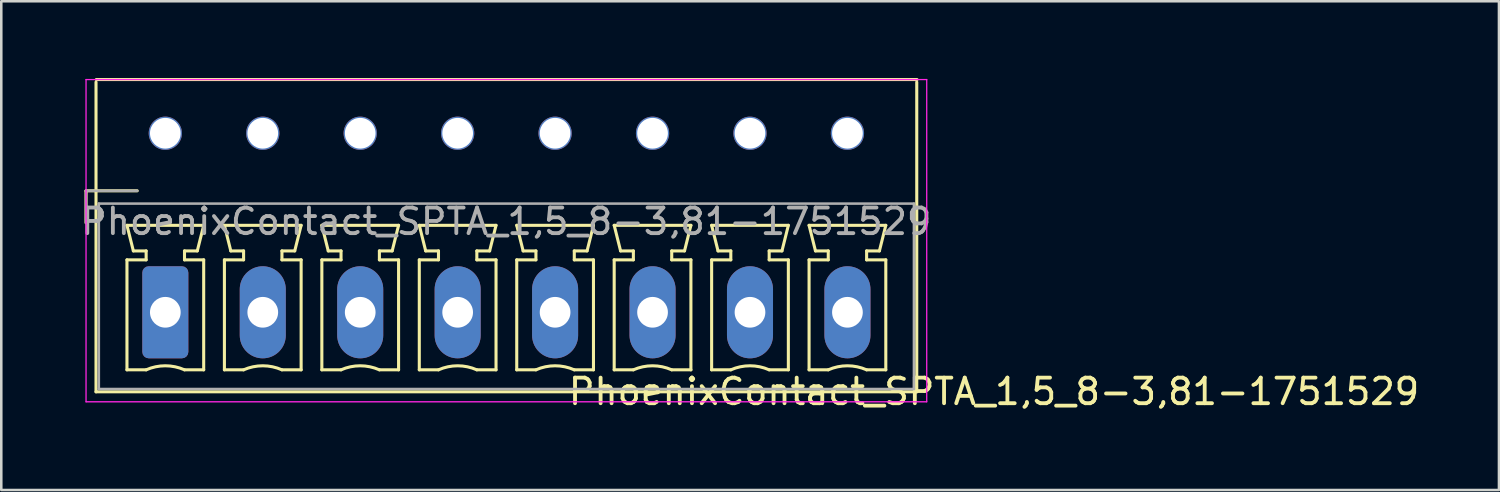
<source format=kicad_pcb>
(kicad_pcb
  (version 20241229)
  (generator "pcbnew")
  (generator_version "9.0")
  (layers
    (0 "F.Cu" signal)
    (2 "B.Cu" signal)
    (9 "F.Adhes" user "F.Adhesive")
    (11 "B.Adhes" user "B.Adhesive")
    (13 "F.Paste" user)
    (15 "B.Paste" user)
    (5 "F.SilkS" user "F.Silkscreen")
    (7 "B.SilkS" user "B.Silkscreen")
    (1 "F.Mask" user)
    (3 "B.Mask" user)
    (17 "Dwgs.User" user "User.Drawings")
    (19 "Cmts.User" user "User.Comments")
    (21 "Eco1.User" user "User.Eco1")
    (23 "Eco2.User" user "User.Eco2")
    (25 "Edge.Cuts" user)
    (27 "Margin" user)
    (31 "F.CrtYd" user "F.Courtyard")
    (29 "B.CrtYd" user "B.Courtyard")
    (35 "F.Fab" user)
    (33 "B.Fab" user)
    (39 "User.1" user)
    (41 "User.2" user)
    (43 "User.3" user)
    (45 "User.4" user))
  (footprint "PhoenixContact_SPTA_1,5_8-3,81-1751529"
    (layer "F.Cu")
    (at 3.414 9.16)
    (property "Reference" "PhoenixContact_SPTA_1,5_8-3,81-1751529" (at 32.4 3.1 0) (layer "F.SilkS") (effects (font (size 1 1) (thickness 0.15))))
    (attr through_hole)
    (fp_line (start -3.1 -4.75) (end -1.1 -4.75) (stroke (width 0.12) (type solid)) (layer "F.SilkS"))
    (fp_line (start -3.1 -3.5) (end -3.1 -4.75) (stroke (width 0.12) (type solid)) (layer "F.SilkS"))
    (fp_line (start -2.71 -9) (end -2.71 3.11) (stroke (width 0.12) (type solid)) (layer "F.SilkS"))
    (fp_line (start -2.71 3.11) (end 29.38 3.11) (stroke (width 0.12) (type solid)) (layer "F.SilkS"))
    (fp_line (start -1.5 -3.4) (end 1.5 -3.4) (stroke (width 0.12) (type solid)) (layer "F.SilkS"))
    (fp_line (start -1.5 -2.05) (end -0.75 -2.05) (stroke (width 0.12) (type solid)) (layer "F.SilkS"))
    (fp_line (start -1.5 2.25) (end -1.5 -2.05) (stroke (width 0.12) (type solid)) (layer "F.SilkS"))
    (fp_line (start -1.25 -2.4) (end -1.5 -3.4) (stroke (width 0.12) (type solid)) (layer "F.SilkS"))
    (fp_line (start -0.75 -2.4) (end -1.25 -2.4) (stroke (width 0.12) (type solid)) (layer "F.SilkS"))
    (fp_line (start -0.75 -2.05) (end -0.75 -2.4) (stroke (width 0.12) (type solid)) (layer "F.SilkS"))
    (fp_line (start -0.75 2.25) (end -1.5 2.25) (stroke (width 0.12) (type solid)) (layer "F.SilkS"))
    (fp_line (start 0.75 -2.4) (end 0.75 -2.05) (stroke (width 0.12) (type solid)) (layer "F.SilkS"))
    (fp_line (start 0.75 -2.05) (end 1.5 -2.05) (stroke (width 0.12) (type solid)) (layer "F.SilkS"))
    (fp_line (start 1.25 -2.4) (end 0.75 -2.4) (stroke (width 0.12) (type solid)) (layer "F.SilkS"))
    (fp_line (start 1.5 -3.4) (end 1.25 -2.4) (stroke (width 0.12) (type solid)) (layer "F.SilkS"))
    (fp_line (start 1.5 -2.05) (end 1.5 2.25) (stroke (width 0.12) (type solid)) (layer "F.SilkS"))
    (fp_line (start 1.5 2.25) (end 0.75 2.25) (stroke (width 0.12) (type solid)) (layer "F.SilkS"))
    (fp_line (start 2.31 -3.4) (end 5.31 -3.4) (stroke (width 0.12) (type solid)) (layer "F.SilkS"))
    (fp_line (start 2.31 -2.05) (end 3.06 -2.05) (stroke (width 0.12) (type solid)) (layer "F.SilkS"))
    (fp_line (start 2.31 2.25) (end 2.31 -2.05) (stroke (width 0.12) (type solid)) (layer "F.SilkS"))
    (fp_line (start 2.56 -2.4) (end 2.31 -3.4) (stroke (width 0.12) (type solid)) (layer "F.SilkS"))
    (fp_line (start 3.06 -2.4) (end 2.56 -2.4) (stroke (width 0.12) (type solid)) (layer "F.SilkS"))
    (fp_line (start 3.06 -2.05) (end 3.06 -2.4) (stroke (width 0.12) (type solid)) (layer "F.SilkS"))
    (fp_line (start 3.06 2.25) (end 2.31 2.25) (stroke (width 0.12) (type solid)) (layer "F.SilkS"))
    (fp_line (start 4.56 -2.4) (end 4.56 -2.05) (stroke (width 0.12) (type solid)) (layer "F.SilkS"))
    (fp_line (start 4.56 -2.05) (end 5.31 -2.05) (stroke (width 0.12) (type solid)) (layer "F.SilkS"))
    (fp_line (start 5.06 -2.4) (end 4.56 -2.4) (stroke (width 0.12) (type solid)) (layer "F.SilkS"))
    (fp_line (start 5.31 -3.4) (end 5.06 -2.4) (stroke (width 0.12) (type solid)) (layer "F.SilkS"))
    (fp_line (start 5.31 -2.05) (end 5.31 2.25) (stroke (width 0.12) (type solid)) (layer "F.SilkS"))
    (fp_line (start 5.31 2.25) (end 4.56 2.25) (stroke (width 0.12) (type solid)) (layer "F.SilkS"))
    (fp_line (start 6.12 -3.4) (end 9.12 -3.4) (stroke (width 0.12) (type solid)) (layer "F.SilkS"))
    (fp_line (start 6.12 -2.05) (end 6.87 -2.05) (stroke (width 0.12) (type solid)) (layer "F.SilkS"))
    (fp_line (start 6.12 2.25) (end 6.12 -2.05) (stroke (width 0.12) (type solid)) (layer "F.SilkS"))
    (fp_line (start 6.37 -2.4) (end 6.12 -3.4) (stroke (width 0.12) (type solid)) (layer "F.SilkS"))
    (fp_line (start 6.87 -2.4) (end 6.37 -2.4) (stroke (width 0.12) (type solid)) (layer "F.SilkS"))
    (fp_line (start 6.87 -2.05) (end 6.87 -2.4) (stroke (width 0.12) (type solid)) (layer "F.SilkS"))
    (fp_line (start 6.87 2.25) (end 6.12 2.25) (stroke (width 0.12) (type solid)) (layer "F.SilkS"))
    (fp_line (start 8.37 -2.4) (end 8.37 -2.05) (stroke (width 0.12) (type solid)) (layer "F.SilkS"))
    (fp_line (start 8.37 -2.05) (end 9.12 -2.05) (stroke (width 0.12) (type solid)) (layer "F.SilkS"))
    (fp_line (start 8.87 -2.4) (end 8.37 -2.4) (stroke (width 0.12) (type solid)) (layer "F.SilkS"))
    (fp_line (start 9.12 -3.4) (end 8.87 -2.4) (stroke (width 0.12) (type solid)) (layer "F.SilkS"))
    (fp_line (start 9.12 -2.05) (end 9.12 2.25) (stroke (width 0.12) (type solid)) (layer "F.SilkS"))
    (fp_line (start 9.12 2.25) (end 8.37 2.25) (stroke (width 0.12) (type solid)) (layer "F.SilkS"))
    (fp_line (start 9.93 -3.4) (end 12.93 -3.4) (stroke (width 0.12) (type solid)) (layer "F.SilkS"))
    (fp_line (start 9.93 -2.05) (end 10.68 -2.05) (stroke (width 0.12) (type solid)) (layer "F.SilkS"))
    (fp_line (start 9.93 2.25) (end 9.93 -2.05) (stroke (width 0.12) (type solid)) (layer "F.SilkS"))
    (fp_line (start 10.18 -2.4) (end 9.93 -3.4) (stroke (width 0.12) (type solid)) (layer "F.SilkS"))
    (fp_line (start 10.68 -2.4) (end 10.18 -2.4) (stroke (width 0.12) (type solid)) (layer "F.SilkS"))
    (fp_line (start 10.68 -2.05) (end 10.68 -2.4) (stroke (width 0.12) (type solid)) (layer "F.SilkS"))
    (fp_line (start 10.68 2.25) (end 9.93 2.25) (stroke (width 0.12) (type solid)) (layer "F.SilkS"))
    (fp_line (start 12.18 -2.4) (end 12.18 -2.05) (stroke (width 0.12) (type solid)) (layer "F.SilkS"))
    (fp_line (start 12.18 -2.05) (end 12.93 -2.05) (stroke (width 0.12) (type solid)) (layer "F.SilkS"))
    (fp_line (start 12.68 -2.4) (end 12.18 -2.4) (stroke (width 0.12) (type solid)) (layer "F.SilkS"))
    (fp_line (start 12.93 -3.4) (end 12.68 -2.4) (stroke (width 0.12) (type solid)) (layer "F.SilkS"))
    (fp_line (start 12.93 -2.05) (end 12.93 2.25) (stroke (width 0.12) (type solid)) (layer "F.SilkS"))
    (fp_line (start 12.93 2.25) (end 12.18 2.25) (stroke (width 0.12) (type solid)) (layer "F.SilkS"))
    (fp_line (start 13.74 -3.4) (end 16.74 -3.4) (stroke (width 0.12) (type solid)) (layer "F.SilkS"))
    (fp_line (start 13.74 -2.05) (end 14.49 -2.05) (stroke (width 0.12) (type solid)) (layer "F.SilkS"))
    (fp_line (start 13.74 2.25) (end 13.74 -2.05) (stroke (width 0.12) (type solid)) (layer "F.SilkS"))
    (fp_line (start 13.99 -2.4) (end 13.74 -3.4) (stroke (width 0.12) (type solid)) (layer "F.SilkS"))
    (fp_line (start 14.49 -2.4) (end 13.99 -2.4) (stroke (width 0.12) (type solid)) (layer "F.SilkS"))
    (fp_line (start 14.49 -2.05) (end 14.49 -2.4) (stroke (width 0.12) (type solid)) (layer "F.SilkS"))
    (fp_line (start 14.49 2.25) (end 13.74 2.25) (stroke (width 0.12) (type solid)) (layer "F.SilkS"))
    (fp_line (start 15.99 -2.4) (end 15.99 -2.05) (stroke (width 0.12) (type solid)) (layer "F.SilkS"))
    (fp_line (start 15.99 -2.05) (end 16.74 -2.05) (stroke (width 0.12) (type solid)) (layer "F.SilkS"))
    (fp_line (start 16.49 -2.4) (end 15.99 -2.4) (stroke (width 0.12) (type solid)) (layer "F.SilkS"))
    (fp_line (start 16.74 -3.4) (end 16.49 -2.4) (stroke (width 0.12) (type solid)) (layer "F.SilkS"))
    (fp_line (start 16.74 -2.05) (end 16.74 2.25) (stroke (width 0.12) (type solid)) (layer "F.SilkS"))
    (fp_line (start 16.74 2.25) (end 15.99 2.25) (stroke (width 0.12) (type solid)) (layer "F.SilkS"))
    (fp_line (start 17.55 -3.4) (end 20.55 -3.4) (stroke (width 0.12) (type solid)) (layer "F.SilkS"))
    (fp_line (start 17.55 -2.05) (end 18.3 -2.05) (stroke (width 0.12) (type solid)) (layer "F.SilkS"))
    (fp_line (start 17.55 2.25) (end 17.55 -2.05) (stroke (width 0.12) (type solid)) (layer "F.SilkS"))
    (fp_line (start 17.8 -2.4) (end 17.55 -3.4) (stroke (width 0.12) (type solid)) (layer "F.SilkS"))
    (fp_line (start 18.3 -2.4) (end 17.8 -2.4) (stroke (width 0.12) (type solid)) (layer "F.SilkS"))
    (fp_line (start 18.3 -2.05) (end 18.3 -2.4) (stroke (width 0.12) (type solid)) (layer "F.SilkS"))
    (fp_line (start 18.3 2.25) (end 17.55 2.25) (stroke (width 0.12) (type solid)) (layer "F.SilkS"))
    (fp_line (start 19.8 -2.4) (end 19.8 -2.05) (stroke (width 0.12) (type solid)) (layer "F.SilkS"))
    (fp_line (start 19.8 -2.05) (end 20.55 -2.05) (stroke (width 0.12) (type solid)) (layer "F.SilkS"))
    (fp_line (start 20.3 -2.4) (end 19.8 -2.4) (stroke (width 0.12) (type solid)) (layer "F.SilkS"))
    (fp_line (start 20.55 -3.4) (end 20.3 -2.4) (stroke (width 0.12) (type solid)) (layer "F.SilkS"))
    (fp_line (start 20.55 -2.05) (end 20.55 2.25) (stroke (width 0.12) (type solid)) (layer "F.SilkS"))
    (fp_line (start 20.55 2.25) (end 19.8 2.25) (stroke (width 0.12) (type solid)) (layer "F.SilkS"))
    (fp_line (start 21.36 -3.4) (end 24.36 -3.4) (stroke (width 0.12) (type solid)) (layer "F.SilkS"))
    (fp_line (start 21.36 -2.05) (end 22.11 -2.05) (stroke (width 0.12) (type solid)) (layer "F.SilkS"))
    (fp_line (start 21.36 2.25) (end 21.36 -2.05) (stroke (width 0.12) (type solid)) (layer "F.SilkS"))
    (fp_line (start 21.61 -2.4) (end 21.36 -3.4) (stroke (width 0.12) (type solid)) (layer "F.SilkS"))
    (fp_line (start 22.11 -2.4) (end 21.61 -2.4) (stroke (width 0.12) (type solid)) (layer "F.SilkS"))
    (fp_line (start 22.11 -2.05) (end 22.11 -2.4) (stroke (width 0.12) (type solid)) (layer "F.SilkS"))
    (fp_line (start 22.11 2.25) (end 21.36 2.25) (stroke (width 0.12) (type solid)) (layer "F.SilkS"))
    (fp_line (start 23.61 -2.4) (end 23.61 -2.05) (stroke (width 0.12) (type solid)) (layer "F.SilkS"))
    (fp_line (start 23.61 -2.05) (end 24.36 -2.05) (stroke (width 0.12) (type solid)) (layer "F.SilkS"))
    (fp_line (start 24.11 -2.4) (end 23.61 -2.4) (stroke (width 0.12) (type solid)) (layer "F.SilkS"))
    (fp_line (start 24.36 -3.4) (end 24.11 -2.4) (stroke (width 0.12) (type solid)) (layer "F.SilkS"))
    (fp_line (start 24.36 -2.05) (end 24.36 2.25) (stroke (width 0.12) (type solid)) (layer "F.SilkS"))
    (fp_line (start 24.36 2.25) (end 23.61 2.25) (stroke (width 0.12) (type solid)) (layer "F.SilkS"))
    (fp_line (start 25.17 -3.4) (end 28.17 -3.4) (stroke (width 0.12) (type solid)) (layer "F.SilkS"))
    (fp_line (start 25.17 -2.05) (end 25.92 -2.05) (stroke (width 0.12) (type solid)) (layer "F.SilkS"))
    (fp_line (start 25.17 2.25) (end 25.17 -2.05) (stroke (width 0.12) (type solid)) (layer "F.SilkS"))
    (fp_line (start 25.42 -2.4) (end 25.17 -3.4) (stroke (width 0.12) (type solid)) (layer "F.SilkS"))
    (fp_line (start 25.92 -2.4) (end 25.42 -2.4) (stroke (width 0.12) (type solid)) (layer "F.SilkS"))
    (fp_line (start 25.92 -2.05) (end 25.92 -2.4) (stroke (width 0.12) (type solid)) (layer "F.SilkS"))
    (fp_line (start 25.92 2.25) (end 25.17 2.25) (stroke (width 0.12) (type solid)) (layer "F.SilkS"))
    (fp_line (start 27.42 -2.4) (end 27.42 -2.05) (stroke (width 0.12) (type solid)) (layer "F.SilkS"))
    (fp_line (start 27.42 -2.05) (end 28.17 -2.05) (stroke (width 0.12) (type solid)) (layer "F.SilkS"))
    (fp_line (start 27.92 -2.4) (end 27.42 -2.4) (stroke (width 0.12) (type solid)) (layer "F.SilkS"))
    (fp_line (start 28.17 -3.4) (end 27.92 -2.4) (stroke (width 0.12) (type solid)) (layer "F.SilkS"))
    (fp_line (start 28.17 -2.05) (end 28.17 2.25) (stroke (width 0.12) (type solid)) (layer "F.SilkS"))
    (fp_line (start 28.17 2.25) (end 27.42 2.25) (stroke (width 0.12) (type solid)) (layer "F.SilkS"))
    (fp_line (start 29.38 3.11) (end 29.38 -9) (stroke (width 0.12) (type solid)) (layer "F.SilkS"))
    (fp_line (start 29.39 -9.1) (end -2.7 -9.1) (stroke (width 0.12) (type solid)) (layer "F.SilkS"))
    (fp_arc (start -0.75 2.25) (mid -0.000193 2.09191) (end 0.749647 2.249844) (stroke (width 0.12) (type solid)) (layer "F.SilkS"))
    (fp_arc (start 3.06 2.25) (mid 3.809807 2.09191) (end 4.559647 2.249844) (stroke (width 0.12) (type solid)) (layer "F.SilkS"))
    (fp_arc (start 6.87 2.25) (mid 7.619807 2.09191) (end 8.369647 2.249844) (stroke (width 0.12) (type solid)) (layer "F.SilkS"))
    (fp_arc (start 10.68 2.25) (mid 11.429807 2.09191) (end 12.179647 2.249844) (stroke (width 0.12) (type solid)) (layer "F.SilkS"))
    (fp_arc (start 14.49 2.25) (mid 15.239807 2.09191) (end 15.989647 2.249844) (stroke (width 0.12) (type solid)) (layer "F.SilkS"))
    (fp_arc (start 18.3 2.25) (mid 19.049807 2.09191) (end 19.799647 2.249844) (stroke (width 0.12) (type solid)) (layer "F.SilkS"))
    (fp_arc (start 22.11 2.25) (mid 22.859807 2.09191) (end 23.609647 2.249844) (stroke (width 0.12) (type solid)) (layer "F.SilkS"))
    (fp_arc (start 25.92 2.25) (mid 26.669807 2.09191) (end 27.419647 2.249844) (stroke (width 0.12) (type solid)) (layer "F.SilkS"))
    (fp_line (start -3.1 -9.1) (end -3.1 3.5) (stroke (width 0.05) (type solid)) (layer "F.CrtYd"))
    (fp_line (start -3.1 3.5) (end 29.77 3.5) (stroke (width 0.05) (type solid)) (layer "F.CrtYd"))
    (fp_line (start 29.77 -9.1) (end -3.1 -9.1) (stroke (width 0.05) (type solid)) (layer "F.CrtYd"))
    (fp_line (start 29.77 3.5) (end 29.77 -9.1) (stroke (width 0.05) (type solid)) (layer "F.CrtYd"))
    (fp_line (start -3.1 -4.75) (end -1.1 -4.75) (stroke (width 0.1) (type solid)) (layer "F.Fab"))
    (fp_line (start -3.1 -3.5) (end -3.1 -4.75) (stroke (width 0.1) (type solid)) (layer "F.Fab"))
    (fp_line (start -2.6 -4.25) (end -2.6 3) (stroke (width 0.1) (type solid)) (layer "F.Fab"))
    (fp_line (start -2.6 3) (end 29.27 3) (stroke (width 0.1) (type solid)) (layer "F.Fab"))
    (fp_line (start 29.27 -4.25) (end -2.6 -4.25) (stroke (width 0.1) (type solid)) (layer "F.Fab"))
    (fp_line (start 29.27 3) (end 29.27 -4.25) (stroke (width 0.1) (type solid)) (layer "F.Fab"))
    (fp_text user "${REFERENCE}" (at 13.33 -3.55 0) (layer "F.Fab") (effects (font (size 1 1) (thickness 0.15))))
    (pad "" thru_hole circle (at 0 -7) (size 1.3 1.3) (drill 1.2) (layers "*.Cu" "*.Mask"))
    (pad "" thru_hole circle (at 3.81 -7) (size 1.3 1.3) (drill 1.2) (layers "*.Cu" "*.Mask"))
    (pad "" thru_hole circle (at 7.62 -7) (size 1.3 1.3) (drill 1.2) (layers "*.Cu" "*.Mask"))
    (pad "" thru_hole circle (at 11.43 -7) (size 1.3 1.3) (drill 1.2) (layers "*.Cu" "*.Mask"))
    (pad "" thru_hole circle (at 15.24 -7) (size 1.3 1.3) (drill 1.2) (layers "*.Cu" "*.Mask"))
    (pad "" thru_hole circle (at 19.05 -7) (size 1.3 1.3) (drill 1.2) (layers "*.Cu" "*.Mask"))
    (pad "" thru_hole circle (at 22.86 -7) (size 1.3 1.3) (drill 1.2) (layers "*.Cu" "*.Mask"))
    (pad "" thru_hole circle (at 26.67 -7) (size 1.3 1.3) (drill 1.2) (layers "*.Cu" "*.Mask"))
    (pad "1" thru_hole roundrect (at 0 0) (size 1.8 3.6) (drill 1.2) (layers "*.Cu" "*.Mask") (roundrect_rratio 0.139))
    (pad "2" thru_hole oval (at 3.81 0) (size 1.8 3.6) (drill 1.2) (layers "*.Cu" "*.Mask"))
    (pad "3" thru_hole oval (at 7.62 0) (size 1.8 3.6) (drill 1.2) (layers "*.Cu" "*.Mask"))
    (pad "4" thru_hole oval (at 11.43 0) (size 1.8 3.6) (drill 1.2) (layers "*.Cu" "*.Mask"))
    (pad "5" thru_hole oval (at 15.24 0) (size 1.8 3.6) (drill 1.2) (layers "*.Cu" "*.Mask"))
    (pad "6" thru_hole oval (at 19.05 0) (size 1.8 3.6) (drill 1.2) (layers "*.Cu" "*.Mask"))
    (pad "7" thru_hole oval (at 22.86 0) (size 1.8 3.6) (drill 1.2) (layers "*.Cu" "*.Mask"))
    (pad "8" thru_hole oval (at 26.67 0) (size 1.8 3.6) (drill 1.2) (layers "*.Cu" "*.Mask")))
  (gr_rect
    (start -3 -3)
    (end 55.558 16.108)
    (stroke (width 0.1) (type default))
    (fill no)
    (layer "Edge.Cuts")))
</source>
